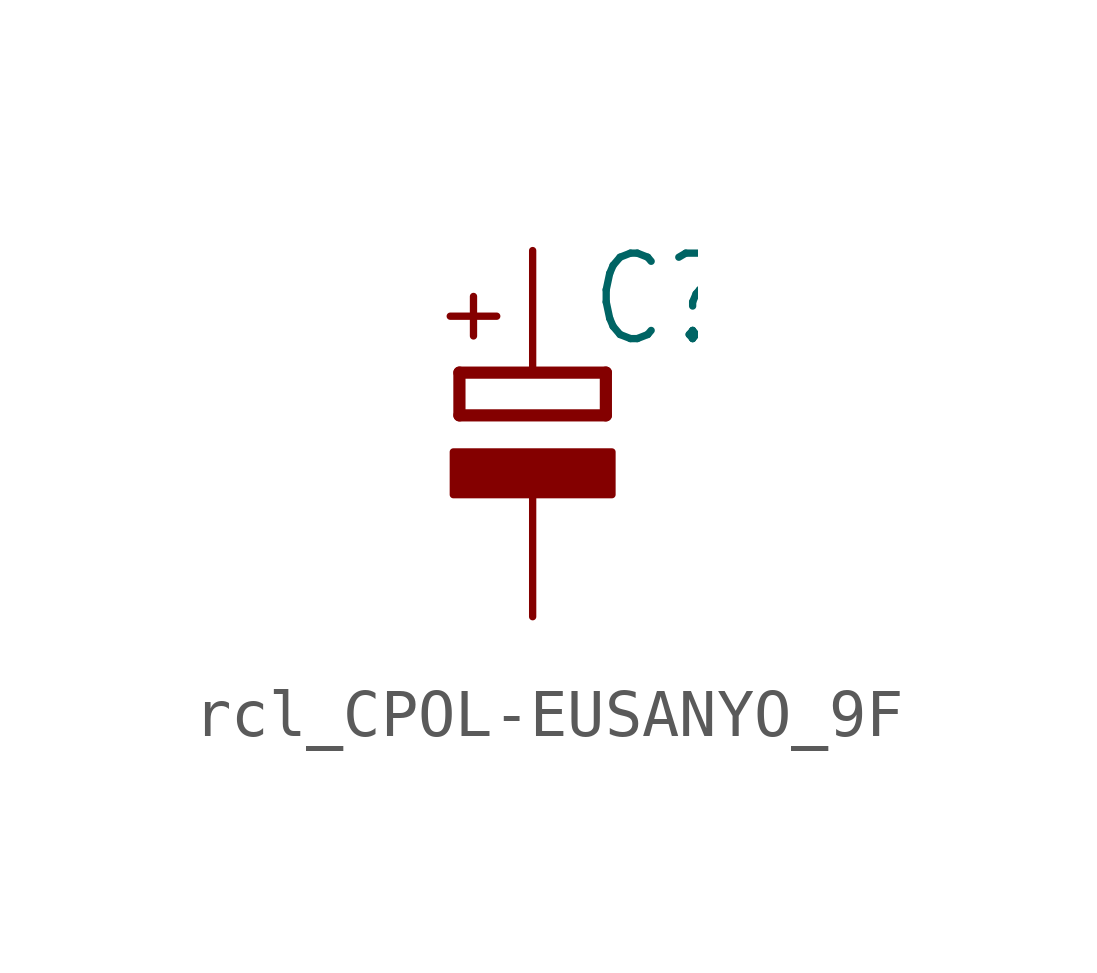
<source format=kicad_sym>
(kicad_symbol_lib
  (version 20231120)
  (generator "kicad_symbol_editor")
  (generator_version "8.0")
  (symbol "rcl_CPOL-EUSANYO_9F"
    (property "Reference" "C"
      (at 1.143 0.483 0)
      (effects (font (size 1.778 1.511)) (justify left bottom)))
    (property "Value" ""
      (at 1.143 -4.597 0)
      (effects (font (size 1.778 1.511)) (justify left bottom)))
    (property "ki_locked" ""
      (at 0 0 0)
      (effects (font (size 1.27 1.27))))
    (symbol "rcl_CPOL-EUSANYO_9F_1_0"
      (rectangle (start -1.651 -2.54) (end 1.651 -1.651) (stroke (width 0) (type default)) (fill (type outline)))
      (polyline (pts (xy -1.524 -0.889) (xy 1.524 -0.889)) (stroke (width 0.254) (type solid)) (fill (type none)))
      (polyline (pts (xy -1.524 0) (xy -1.524 -0.889)) (stroke (width 0.254) (type solid)) (fill (type none)))
      (polyline (pts (xy -1.524 0) (xy 1.524 0)) (stroke (width 0.254) (type solid)) (fill (type none)))
      (polyline (pts (xy 1.524 -0.889) (xy 1.524 0)) (stroke (width 0.254) (type solid)) (fill (type none)))
      (text "+" (at -0.584 0.406 900) (effects (font (size 1.27 1.079)) (justify left bottom)))
      (pin passive line (at 0 2.54 270) (length 2.54) (name "+" (effects (font (size 0 0)))) (number "+" (effects (font (size 0 0)))))
      (pin passive line (at 0 -5.08 90) (length 2.54) (name "-" (effects (font (size 0 0)))) (number "-" (effects (font (size 0 0))))))))
</source>
